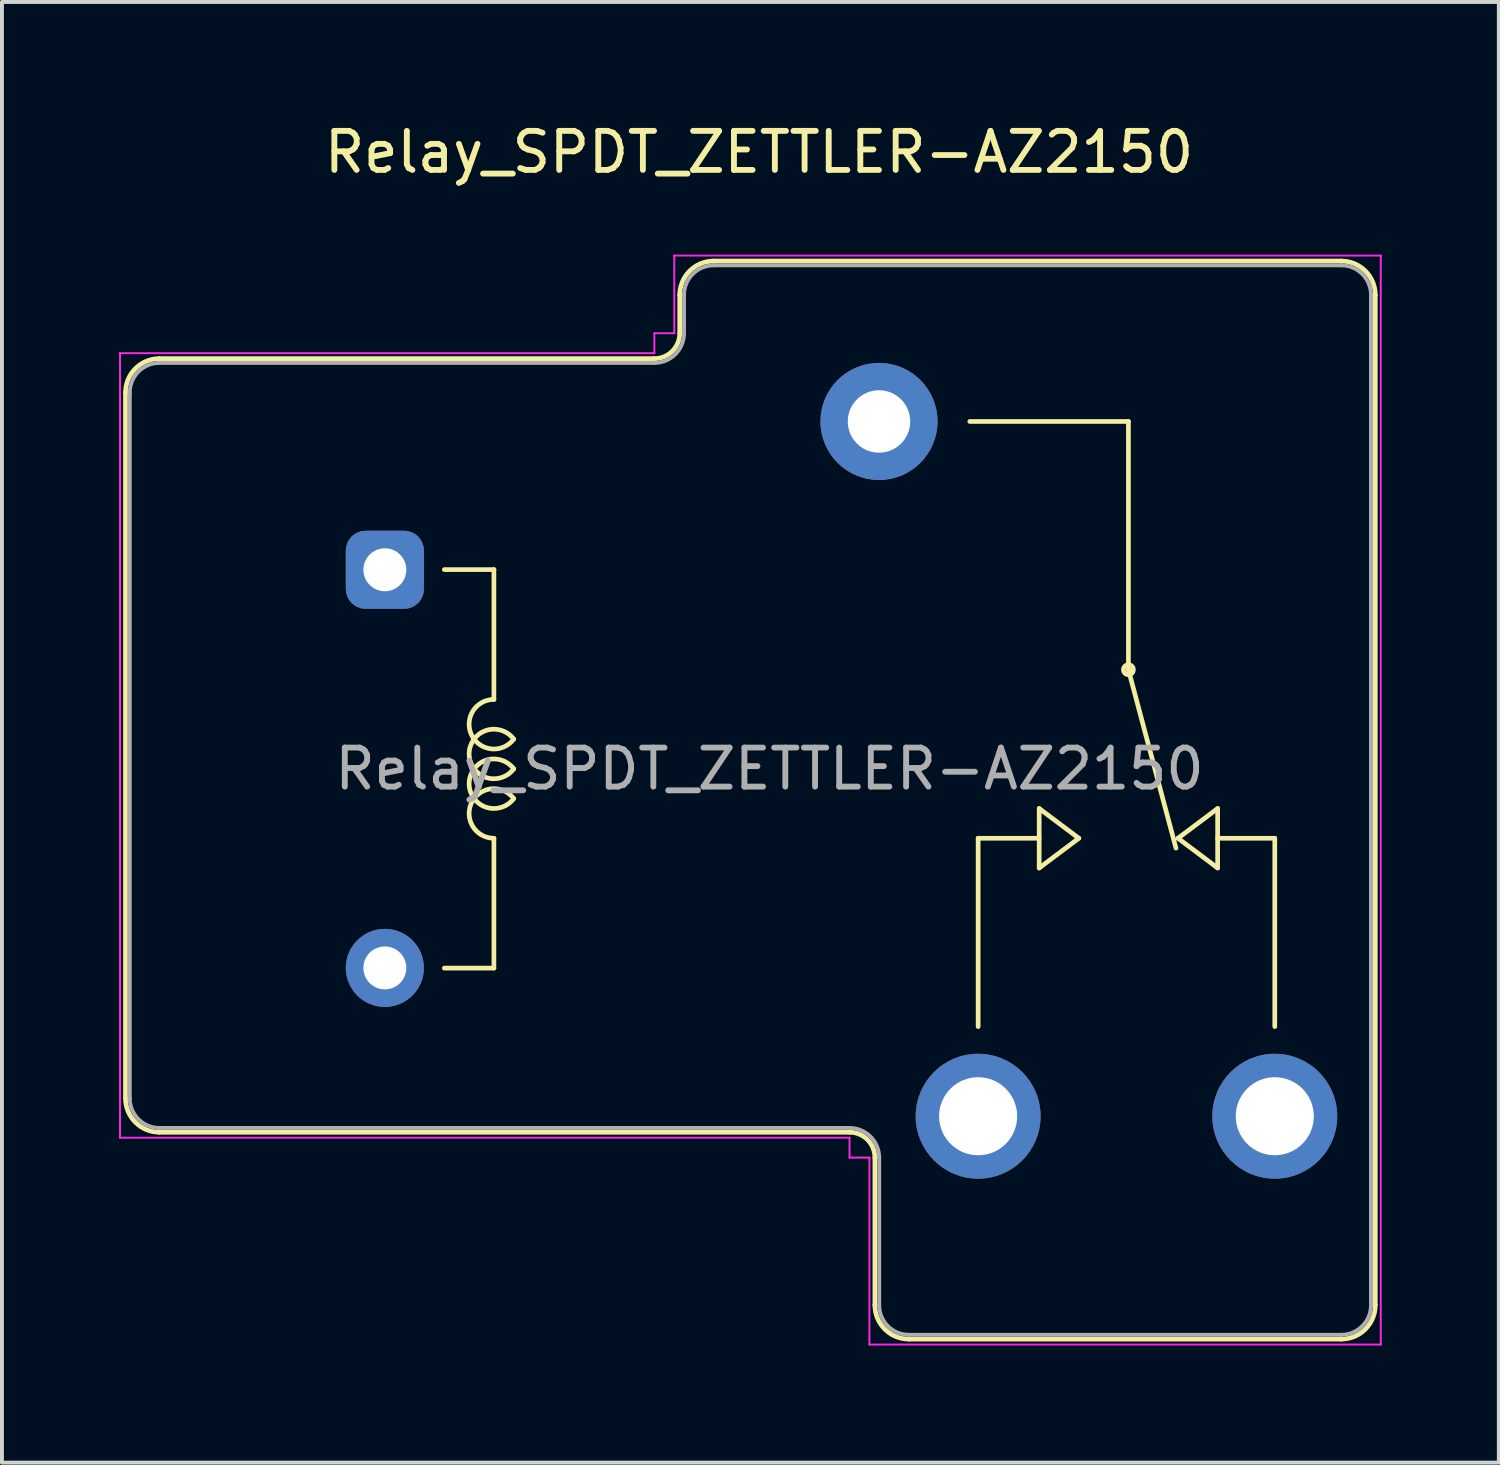
<source format=kicad_pcb>
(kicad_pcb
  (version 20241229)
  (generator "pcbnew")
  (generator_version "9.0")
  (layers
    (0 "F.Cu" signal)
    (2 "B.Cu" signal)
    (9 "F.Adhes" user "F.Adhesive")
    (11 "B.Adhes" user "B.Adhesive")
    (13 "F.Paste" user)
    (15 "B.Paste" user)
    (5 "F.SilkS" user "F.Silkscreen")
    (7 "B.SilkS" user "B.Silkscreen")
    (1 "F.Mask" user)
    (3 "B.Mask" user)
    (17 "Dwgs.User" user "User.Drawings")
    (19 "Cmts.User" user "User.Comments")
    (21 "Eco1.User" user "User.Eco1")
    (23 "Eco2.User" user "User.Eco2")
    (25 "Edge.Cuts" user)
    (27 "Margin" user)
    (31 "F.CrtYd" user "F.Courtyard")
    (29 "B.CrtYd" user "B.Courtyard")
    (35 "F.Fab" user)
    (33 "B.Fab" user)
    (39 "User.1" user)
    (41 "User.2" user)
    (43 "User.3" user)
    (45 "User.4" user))
  (footprint "Relay_SPDT_ZETTLER-AZ2150"
    (layer "F.Cu")
    (at 4.27 16.648)
    (property "Reference" "Relay_SPDT_ZETTLER-AZ2150" (at 12.127 -15.8 0) (layer "F.SilkS") (effects (font (size 1 1) (thickness 0.15))))
    (attr through_hole)
    (fp_line (start -4.105 -9.64) (end -4.105 8.44) (stroke (width 0.12) (type solid)) (layer "F.SilkS"))
    (fp_line (start -3.235 -10.51) (end 9.445 -10.51) (stroke (width 0.12) (type solid)) (layer "F.SilkS"))
    (fp_line (start -3.235 9.31) (end 14.445 9.31) (stroke (width 0.12) (type solid)) (layer "F.SilkS"))
    (fp_line (start 4.064 -5.105) (end 5.334 -5.105) (stroke (width 0.12) (type solid)) (layer "F.SilkS"))
    (fp_line (start 5.334 -1.778) (end 5.334 -5.105) (stroke (width 0.12) (type solid)) (layer "F.SilkS"))
    (fp_line (start 5.334 5.105) (end 4.064 5.105) (stroke (width 0.12) (type solid)) (layer "F.SilkS"))
    (fp_line (start 5.334 5.105) (end 5.334 1.778) (stroke (width 0.12) (type solid)) (layer "F.SilkS"))
    (fp_line (start 10.095 -12.14) (end 10.095 -11.16) (stroke (width 0.12) (type solid)) (layer "F.SilkS"))
    (fp_line (start 10.965 -13.01) (end 27.045 -13.01) (stroke (width 0.12) (type solid)) (layer "F.SilkS"))
    (fp_line (start 15.095 9.96) (end 15.095 13.74) (stroke (width 0.12) (type solid)) (layer "F.SilkS"))
    (fp_line (start 15.965 14.61) (end 27.045 14.61) (stroke (width 0.12) (type solid)) (layer "F.SilkS"))
    (fp_line (start 17.74 1.778) (end 19.304 1.778) (stroke (width 0.12) (type solid)) (layer "F.SilkS"))
    (fp_line (start 17.74 6.604) (end 17.74 1.778) (stroke (width 0.12) (type solid)) (layer "F.SilkS"))
    (fp_line (start 19.304 1.016) (end 19.304 2.54) (stroke (width 0.12) (type solid)) (layer "F.SilkS"))
    (fp_line (start 19.304 2.54) (end 20.32 1.778) (stroke (width 0.12) (type solid)) (layer "F.SilkS"))
    (fp_line (start 20.32 1.778) (end 19.304 1.016) (stroke (width 0.12) (type solid)) (layer "F.SilkS"))
    (fp_line (start 21.59 -8.9) (end 17.526 -8.9) (stroke (width 0.12) (type solid)) (layer "F.SilkS"))
    (fp_line (start 21.59 -2.54) (end 21.59 -8.9) (stroke (width 0.12) (type solid)) (layer "F.SilkS"))
    (fp_line (start 21.59 -2.54) (end 22.809 2.032) (stroke (width 0.12) (type solid)) (layer "F.SilkS"))
    (fp_line (start 22.86 1.778) (end 23.876 1.016) (stroke (width 0.12) (type solid)) (layer "F.SilkS"))
    (fp_line (start 23.876 1.778) (end 25.34 1.778) (stroke (width 0.12) (type solid)) (layer "F.SilkS"))
    (fp_line (start 23.876 2.54) (end 22.86 1.778) (stroke (width 0.12) (type solid)) (layer "F.SilkS"))
    (fp_line (start 23.876 2.54) (end 23.876 1.016) (stroke (width 0.12) (type solid)) (layer "F.SilkS"))
    (fp_line (start 25.34 1.778) (end 25.34 6.604) (stroke (width 0.12) (type solid)) (layer "F.SilkS"))
    (fp_line (start 27.915 -12.14) (end 27.915 13.74) (stroke (width 0.12) (type solid)) (layer "F.SilkS"))
    (fp_arc (start -4.105 -9.64) (mid -3.850183 -10.255183) (end -3.235 -10.51) (stroke (width 0.12) (type solid)) (layer "F.SilkS"))
    (fp_arc (start -3.235 9.31) (mid -3.850183 9.055183) (end -4.105 8.44) (stroke (width 0.12) (type solid)) (layer "F.SilkS"))
    (fp_arc (start 5.334002 1.777997) (mid 4.765966 0.859166) (end 5.841802 0.76173) (stroke (width 0.12) (type solid)) (layer "F.SilkS"))
    (fp_arc (start 5.8418 -0.761733) (mid 4.765964 -0.859168) (end 5.334 -1.778) (stroke (width 0.12) (type solid)) (layer "F.SilkS"))
    (fp_arc (start 5.842265 -0.000355) (mid 4.699002 -0.38078) (end 5.842 -0.762001) (stroke (width 0.12) (type solid)) (layer "F.SilkS"))
    (fp_arc (start 5.842266 0.761644) (mid 4.699003 0.381219) (end 5.842001 -0.000002) (stroke (width 0.12) (type solid)) (layer "F.SilkS"))
    (fp_arc (start 10.095 -12.14) (mid 10.349817 -12.755183) (end 10.965 -13.01) (stroke (width 0.12) (type solid)) (layer "F.SilkS"))
    (fp_arc (start 10.095 -11.16) (mid 9.904619 -10.700381) (end 9.445 -10.51) (stroke (width 0.12) (type solid)) (layer "F.SilkS"))
    (fp_arc (start 14.445 9.31) (mid 14.904619 9.500381) (end 15.095 9.96) (stroke (width 0.12) (type solid)) (layer "F.SilkS"))
    (fp_arc (start 15.965 14.61) (mid 15.349817 14.355183) (end 15.095 13.74) (stroke (width 0.12) (type solid)) (layer "F.SilkS"))
    (fp_arc (start 27.045 -13.01) (mid 27.660183 -12.755183) (end 27.915 -12.14) (stroke (width 0.12) (type solid)) (layer "F.SilkS"))
    (fp_arc (start 27.915 13.74) (mid 27.660183 14.355183) (end 27.045 14.61) (stroke (width 0.12) (type solid)) (layer "F.SilkS"))
    (fp_circle (center 21.59 -2.54) (end 21.59 -2.413) (stroke (width 0.12) (type solid)) (fill no) (layer "F.SilkS"))
    (fp_line (start -4.245 -10.65) (end -4.245 9.45) (stroke (width 0.05) (type solid)) (layer "F.CrtYd"))
    (fp_line (start -4.245 -10.65) (end 9.445 -10.65) (stroke (width 0.05) (type solid)) (layer "F.CrtYd"))
    (fp_line (start -4.245 9.45) (end 14.445 9.45) (stroke (width 0.05) (type solid)) (layer "F.CrtYd"))
    (fp_line (start 9.445 -11.16) (end 9.445 -10.65) (stroke (width 0.05) (type solid)) (layer "F.CrtYd"))
    (fp_line (start 9.445 -11.16) (end 9.955 -11.16) (stroke (width 0.05) (type solid)) (layer "F.CrtYd"))
    (fp_line (start 9.955 -13.15) (end 9.955 -11.16) (stroke (width 0.05) (type solid)) (layer "F.CrtYd"))
    (fp_line (start 9.955 -13.15) (end 28.055 -13.15) (stroke (width 0.05) (type solid)) (layer "F.CrtYd"))
    (fp_line (start 14.445 9.45) (end 14.445 9.96) (stroke (width 0.05) (type solid)) (layer "F.CrtYd"))
    (fp_line (start 14.445 9.96) (end 14.955 9.96) (stroke (width 0.05) (type solid)) (layer "F.CrtYd"))
    (fp_line (start 14.955 9.96) (end 14.955 14.75) (stroke (width 0.05) (type solid)) (layer "F.CrtYd"))
    (fp_line (start 14.955 14.75) (end 28.055 14.75) (stroke (width 0.05) (type solid)) (layer "F.CrtYd"))
    (fp_line (start 28.055 -13.15) (end 28.055 14.75) (stroke (width 0.05) (type solid)) (layer "F.CrtYd"))
    (fp_line (start -3.995 -9.64) (end -3.995 8.44) (stroke (width 0.1) (type solid)) (layer "F.Fab"))
    (fp_line (start -3.235 -10.4) (end 9.445 -10.4) (stroke (width 0.1) (type solid)) (layer "F.Fab"))
    (fp_line (start -3.235 9.2) (end 14.445 9.2) (stroke (width 0.1) (type solid)) (layer "F.Fab"))
    (fp_line (start 10.205 -12.14) (end 10.205 -11.16) (stroke (width 0.1) (type solid)) (layer "F.Fab"))
    (fp_line (start 10.965 -12.9) (end 27.045 -12.9) (stroke (width 0.1) (type solid)) (layer "F.Fab"))
    (fp_line (start 15.205 9.96) (end 15.205 13.74) (stroke (width 0.1) (type solid)) (layer "F.Fab"))
    (fp_line (start 15.965 14.5) (end 27.045 14.5) (stroke (width 0.1) (type solid)) (layer "F.Fab"))
    (fp_line (start 27.805 -12.14) (end 27.805 13.74) (stroke (width 0.1) (type solid)) (layer "F.Fab"))
    (fp_arc (start -3.995 -9.64) (mid -3.772401 -10.177401) (end -3.235 -10.4) (stroke (width 0.1) (type solid)) (layer "F.Fab"))
    (fp_arc (start -3.235 9.2) (mid -3.772401 8.977401) (end -3.995 8.44) (stroke (width 0.1) (type solid)) (layer "F.Fab"))
    (fp_arc (start 10.205 -12.14) (mid 10.427599 -12.677401) (end 10.965 -12.9) (stroke (width 0.1) (type solid)) (layer "F.Fab"))
    (fp_arc (start 10.205 -11.16) (mid 9.982401 -10.622599) (end 9.445 -10.4) (stroke (width 0.1) (type solid)) (layer "F.Fab"))
    (fp_arc (start 14.445 9.2) (mid 14.982401 9.422599) (end 15.205 9.96) (stroke (width 0.1) (type solid)) (layer "F.Fab"))
    (fp_arc (start 15.965 14.5) (mid 15.427599 14.277401) (end 15.205 13.74) (stroke (width 0.1) (type solid)) (layer "F.Fab"))
    (fp_arc (start 27.045 -12.9) (mid 27.582401 -12.677401) (end 27.805 -12.14) (stroke (width 0.1) (type solid)) (layer "F.Fab"))
    (fp_arc (start 27.805 13.74) (mid 27.582401 14.277401) (end 27.045 14.5) (stroke (width 0.1) (type solid)) (layer "F.Fab"))
    (fp_text user "${REFERENCE}" (at 12.395 0 0) (layer "F.Fab") (effects (font (size 1 1) (thickness 0.15))))
    (pad "11" thru_hole circle (at 15.2 -8.9 180) (size 3 3) (drill 1.6) (layers "*.Cu" "*.Mask"))
    (pad "12" thru_hole circle (at 25.34 8.9 180) (size 3.2 3.2) (drill 2) (layers "*.Cu" "*.Mask"))
    (pad "14" thru_hole circle (at 17.74 8.9 180) (size 3.2 3.2) (drill 2) (layers "*.Cu" "*.Mask"))
    (pad "A1" thru_hole roundrect (at 2.54 -5.1 180) (size 2 2) (drill 1.1) (layers "*.Cu" "*.Mask") (roundrect_rratio 0.25))
    (pad "A2" thru_hole circle (at 2.54 5.1 180) (size 2 2) (drill 1.1) (layers "*.Cu" "*.Mask")))
  (gr_rect
    (start -3 -3)
    (end 35.35 34.423)
    (stroke (width 0.1) (type default))
    (fill no)
    (layer "Edge.Cuts")))
</source>
